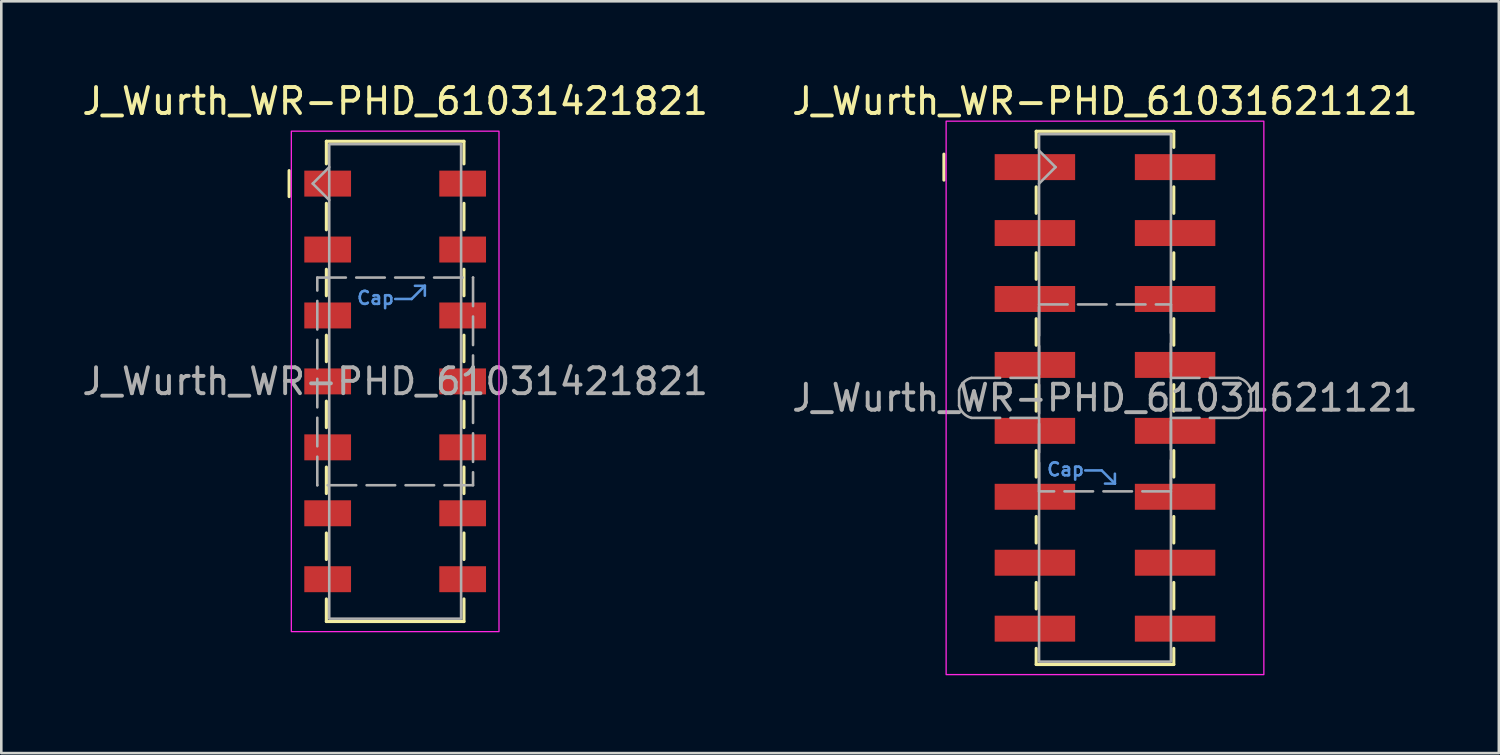
<source format=kicad_pcb>
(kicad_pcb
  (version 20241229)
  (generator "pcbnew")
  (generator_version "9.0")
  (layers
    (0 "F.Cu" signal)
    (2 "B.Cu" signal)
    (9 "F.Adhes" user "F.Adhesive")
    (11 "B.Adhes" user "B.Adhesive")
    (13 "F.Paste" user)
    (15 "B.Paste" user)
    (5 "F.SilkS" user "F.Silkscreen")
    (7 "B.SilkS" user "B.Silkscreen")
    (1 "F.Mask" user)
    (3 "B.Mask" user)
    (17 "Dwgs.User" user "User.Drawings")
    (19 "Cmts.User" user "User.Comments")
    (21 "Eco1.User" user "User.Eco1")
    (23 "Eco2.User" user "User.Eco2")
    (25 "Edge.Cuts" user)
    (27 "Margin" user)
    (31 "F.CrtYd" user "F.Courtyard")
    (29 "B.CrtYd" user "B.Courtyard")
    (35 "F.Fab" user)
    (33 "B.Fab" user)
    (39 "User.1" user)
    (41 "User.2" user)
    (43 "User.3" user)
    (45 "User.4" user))
  (footprint "J_Wurth_WR-PHD_61031621121"
    (layer "F.Cu")
    (at 39.518 12.278)
    (property "Reference" "J_Wurth_WR-PHD_61031621121" (at 0 -11.43 0) (unlocked yes) (layer "F.SilkS") (effects (font (size 1 1) (thickness 0.15))))
    (attr smd)
    (fp_line (start -6.205 -9.39) (end -6.205 -8.39) (stroke (width 0.12) (type solid)) (layer "F.SilkS"))
    (fp_line (start -2.65 -9.65) (end -2.65 -10.27) (stroke (width 0.12) (type solid)) (layer "F.SilkS"))
    (fp_line (start -2.65 -8.13) (end -2.65 -7.11) (stroke (width 0.12) (type solid)) (layer "F.SilkS"))
    (fp_line (start -2.65 -5.59) (end -2.65 -4.57) (stroke (width 0.12) (type solid)) (layer "F.SilkS"))
    (fp_line (start -2.65 -3.05) (end -2.65 -2.03) (stroke (width 0.12) (type solid)) (layer "F.SilkS"))
    (fp_line (start -2.65 -0.51) (end -2.65 0.51) (stroke (width 0.12) (type solid)) (layer "F.SilkS"))
    (fp_line (start -2.65 2.03) (end -2.65 3.05) (stroke (width 0.12) (type solid)) (layer "F.SilkS"))
    (fp_line (start -2.65 4.57) (end -2.65 5.59) (stroke (width 0.12) (type solid)) (layer "F.SilkS"))
    (fp_line (start -2.65 7.11) (end -2.65 8.13) (stroke (width 0.12) (type solid)) (layer "F.SilkS"))
    (fp_line (start -2.65 9.65) (end -2.65 10.27) (stroke (width 0.12) (type solid)) (layer "F.SilkS"))
    (fp_line (start 2.65 -10.27) (end -2.65 -10.27) (stroke (width 0.12) (type solid)) (layer "F.SilkS"))
    (fp_line (start 2.65 -10.27) (end 2.65 -9.65) (stroke (width 0.12) (type solid)) (layer "F.SilkS"))
    (fp_line (start 2.65 -8.13) (end 2.65 -7.11) (stroke (width 0.12) (type solid)) (layer "F.SilkS"))
    (fp_line (start 2.65 -5.59) (end 2.65 -4.57) (stroke (width 0.12) (type solid)) (layer "F.SilkS"))
    (fp_line (start 2.65 -3.05) (end 2.65 -2.03) (stroke (width 0.12) (type solid)) (layer "F.SilkS"))
    (fp_line (start 2.65 -0.51) (end 2.65 0.51) (stroke (width 0.12) (type solid)) (layer "F.SilkS"))
    (fp_line (start 2.65 2.03) (end 2.65 3.05) (stroke (width 0.12) (type solid)) (layer "F.SilkS"))
    (fp_line (start 2.65 4.57) (end 2.65 5.59) (stroke (width 0.12) (type solid)) (layer "F.SilkS"))
    (fp_line (start 2.65 7.11) (end 2.65 8.13) (stroke (width 0.12) (type solid)) (layer "F.SilkS"))
    (fp_line (start 2.65 9.65) (end 2.65 10.27) (stroke (width 0.12) (type solid)) (layer "F.SilkS"))
    (fp_line (start 2.65 10.27) (end -2.65 10.27) (stroke (width 0.12) (type solid)) (layer "F.SilkS"))
    (fp_line (start -0.762 2.794) (end -0.127 2.794) (stroke (width 0.1) (type default)) (layer "Cmts.User"))
    (fp_line (start -0.127 2.794) (end 0.381 3.302) (stroke (width 0.1) (type default)) (layer "Cmts.User"))
    (fp_line (start 0.381 3.302) (end 0 3.302) (stroke (width 0.1) (type default)) (layer "Cmts.User"))
    (fp_line (start 0.381 3.302) (end 0.381 2.921) (stroke (width 0.1) (type default)) (layer "Cmts.User"))
    (fp_rect (start -6.12 -10.66) (end 6.12 10.66) (stroke (width 0.05) (type solid)) (fill no) (layer "F.CrtYd"))
    (fp_line (start -5.62 0.3) (end -5.62 -0.3) (stroke (width 0.1) (type solid)) (layer "F.Fab"))
    (fp_line (start -2.54 -9.525) (end -1.905 -8.89) (stroke (width 0.1) (type default)) (layer "F.Fab"))
    (fp_line (start -2.54 -0.77) (end -5.15 -0.77) (stroke (width 0.1) (type dash)) (layer "F.Fab"))
    (fp_line (start -2.54 0.77) (end -5.15 0.77) (stroke (width 0.1) (type dash)) (layer "F.Fab"))
    (fp_line (start -1.905 -8.89) (end -2.54 -8.255) (stroke (width 0.1) (type default)) (layer "F.Fab"))
    (fp_line (start 2.54 -0.77) (end 5.15 -0.77) (stroke (width 0.1) (type dash)) (layer "F.Fab"))
    (fp_line (start 2.54 0.77) (end 5.15 0.77) (stroke (width 0.1) (type dash)) (layer "F.Fab"))
    (fp_line (start 5.62 -0.3) (end 5.62 0.3) (stroke (width 0.1) (type solid)) (layer "F.Fab"))
    (fp_rect (start -2.54 -10.16) (end 2.54 10.16) (stroke (width 0.1) (type solid)) (fill no) (layer "F.Fab"))
    (fp_rect (start -2.54 -3.6) (end 2.54 3.6) (stroke (width 0.1) (type dash)) (fill no) (layer "F.Fab"))
    (fp_arc (start -5.62 -0.3) (mid -5.447968 -0.597968) (end -5.15 -0.770001) (stroke (width 0.1) (type default)) (layer "F.Fab"))
    (fp_arc (start -5.15 0.77) (mid -5.447968 0.597968) (end -5.620001 0.3) (stroke (width 0.1) (type default)) (layer "F.Fab"))
    (fp_arc (start 5.15 -0.77) (mid 5.447968 -0.597968) (end 5.620001 -0.3) (stroke (width 0.1) (type default)) (layer "F.Fab"))
    (fp_arc (start 5.62 0.3) (mid 5.447968 0.597968) (end 5.15 0.770001) (stroke (width 0.1) (type default)) (layer "F.Fab"))
    (fp_text user "Cap" (at -2.286 3.048 0) (unlocked yes) (layer "Cmts.User") (effects (font (size 0.5 0.5) (thickness 0.1) (bold yes)) (justify left bottom)))
    (fp_text user "${REFERENCE}" (at 0 0 0) (unlocked yes) (layer "F.Fab") (effects (font (size 1 1) (thickness 0.15))))
    (pad "1" smd rect (at -2.7 -8.89 270) (size 1 3.1) (layers "F.Cu" "F.Mask" "F.Paste"))
    (pad "2" smd rect (at 2.7 -8.89 270) (size 1 3.1) (layers "F.Cu" "F.Mask" "F.Paste"))
    (pad "3" smd rect (at -2.7 -6.35 270) (size 1 3.1) (layers "F.Cu" "F.Mask" "F.Paste"))
    (pad "4" smd rect (at 2.7 -6.35 270) (size 1 3.1) (layers "F.Cu" "F.Mask" "F.Paste"))
    (pad "5" smd rect (at -2.7 -3.81 270) (size 1 3.1) (layers "F.Cu" "F.Mask" "F.Paste"))
    (pad "6" smd rect (at 2.7 -3.81 270) (size 1 3.1) (layers "F.Cu" "F.Mask" "F.Paste"))
    (pad "7" smd rect (at -2.7 -1.27 270) (size 1 3.1) (layers "F.Cu" "F.Mask" "F.Paste"))
    (pad "8" smd rect (at 2.7 -1.27 270) (size 1 3.1) (layers "F.Cu" "F.Mask" "F.Paste"))
    (pad "9" smd rect (at -2.7 1.27 270) (size 1 3.1) (layers "F.Cu" "F.Mask" "F.Paste"))
    (pad "10" smd rect (at 2.7 1.27 270) (size 1 3.1) (layers "F.Cu" "F.Mask" "F.Paste"))
    (pad "11" smd rect (at -2.7 3.81 270) (size 1 3.1) (layers "F.Cu" "F.Mask" "F.Paste"))
    (pad "12" smd rect (at 2.7 3.81 270) (size 1 3.1) (layers "F.Cu" "F.Mask" "F.Paste"))
    (pad "13" smd rect (at -2.7 6.35 270) (size 1 3.1) (layers "F.Cu" "F.Mask" "F.Paste"))
    (pad "14" smd rect (at 2.7 6.35 270) (size 1 3.1) (layers "F.Cu" "F.Mask" "F.Paste"))
    (pad "15" smd rect (at -2.7 8.89 270) (size 1 3.1) (layers "F.Cu" "F.Mask" "F.Paste"))
    (pad "16" smd rect (at 2.7 8.89 270) (size 1 3.1) (layers "F.Cu" "F.Mask" "F.Paste")))
  (footprint "J_Wurth_WR-PHD_61031421821"
    (layer "F.Cu")
    (at 12.173 11.643)
    (property "Reference" "J_Wurth_WR-PHD_61031421821" (at 0 -10.795 0) (unlocked yes) (layer "F.SilkS") (effects (font (size 1 1) (thickness 0.15))))
    (attr smd)
    (fp_line (start -4.085 -8.12) (end -4.085 -7.12) (stroke (width 0.12) (type solid)) (layer "F.SilkS"))
    (fp_line (start -2.65 -9.25) (end -2.65 -8.38) (stroke (width 0.12) (type solid)) (layer "F.SilkS"))
    (fp_line (start -2.65 -9.25) (end 2.65 -9.25) (stroke (width 0.12) (type solid)) (layer "F.SilkS"))
    (fp_line (start -2.65 -6.86) (end -2.65 -5.84) (stroke (width 0.12) (type solid)) (layer "F.SilkS"))
    (fp_line (start -2.65 -4.32) (end -2.65 -3.3) (stroke (width 0.12) (type solid)) (layer "F.SilkS"))
    (fp_line (start -2.65 -1.78) (end -2.65 -0.76) (stroke (width 0.12) (type solid)) (layer "F.SilkS"))
    (fp_line (start -2.65 0.76) (end -2.65 1.78) (stroke (width 0.12) (type solid)) (layer "F.SilkS"))
    (fp_line (start -2.65 3.3) (end -2.65 4.32) (stroke (width 0.12) (type solid)) (layer "F.SilkS"))
    (fp_line (start -2.65 5.84) (end -2.65 6.86) (stroke (width 0.12) (type solid)) (layer "F.SilkS"))
    (fp_line (start -2.65 8.38) (end -2.65 9.25) (stroke (width 0.12) (type solid)) (layer "F.SilkS"))
    (fp_line (start -2.65 9.25) (end 2.65 9.25) (stroke (width 0.12) (type solid)) (layer "F.SilkS"))
    (fp_line (start 2.65 -9.25) (end 2.65 -8.38) (stroke (width 0.12) (type solid)) (layer "F.SilkS"))
    (fp_line (start 2.65 -6.86) (end 2.65 -5.84) (stroke (width 0.12) (type solid)) (layer "F.SilkS"))
    (fp_line (start 2.65 -4.32) (end 2.65 -3.3) (stroke (width 0.12) (type solid)) (layer "F.SilkS"))
    (fp_line (start 2.65 -1.78) (end 2.65 -0.76) (stroke (width 0.12) (type solid)) (layer "F.SilkS"))
    (fp_line (start 2.65 0.76) (end 2.65 1.78) (stroke (width 0.12) (type solid)) (layer "F.SilkS"))
    (fp_line (start 2.65 3.3) (end 2.65 4.32) (stroke (width 0.12) (type solid)) (layer "F.SilkS"))
    (fp_line (start 2.65 5.84) (end 2.65 6.86) (stroke (width 0.12) (type solid)) (layer "F.SilkS"))
    (fp_line (start 2.65 8.38) (end 2.65 9.25) (stroke (width 0.12) (type solid)) (layer "F.SilkS"))
    (fp_line (start 0 -3.175) (end 0.635 -3.175) (stroke (width 0.1) (type default)) (layer "Cmts.User"))
    (fp_line (start 0.635 -3.175) (end 1.143 -3.683) (stroke (width 0.1) (type default)) (layer "Cmts.User"))
    (fp_line (start 1.143 -3.683) (end 0.762 -3.683) (stroke (width 0.1) (type default)) (layer "Cmts.User"))
    (fp_line (start 1.143 -3.683) (end 1.143 -3.302) (stroke (width 0.1) (type default)) (layer "Cmts.User"))
    (fp_rect (start -4 -9.64) (end 4 9.64) (stroke (width 0.05) (type solid)) (fill no) (layer "F.CrtYd"))
    (fp_line (start -3.175 -7.62) (end -2.54 -6.985) (stroke (width 0.1) (type default)) (layer "F.Fab"))
    (fp_line (start -2.54 -8.255) (end -3.175 -7.62) (stroke (width 0.1) (type default)) (layer "F.Fab"))
    (fp_rect (start -3 -4) (end 3 4) (stroke (width 0.1) (type dash)) (fill no) (layer "F.Fab"))
    (fp_rect (start -2.54 -9.14) (end 2.54 9.14) (stroke (width 0.1) (type solid)) (fill no) (layer "F.Fab"))
    (fp_text user "Cap" (at -1.524 -2.921 0) (unlocked yes) (layer "Cmts.User") (effects (font (size 0.5 0.5) (thickness 0.1) (bold yes)) (justify left bottom)))
    (fp_text user "${REFERENCE}" (at 0 0 0) (unlocked yes) (layer "F.Fab") (effects (font (size 1 1) (thickness 0.15))))
    (pad "1" smd rect (at -2.6 -7.62 270) (size 1 1.8) (layers "F.Cu" "F.Mask" "F.Paste"))
    (pad "2" smd rect (at 2.6 -7.62 270) (size 1 1.8) (layers "F.Cu" "F.Mask" "F.Paste"))
    (pad "3" smd rect (at -2.6 -5.08 270) (size 1 1.8) (layers "F.Cu" "F.Mask" "F.Paste"))
    (pad "4" smd rect (at 2.6 -5.08 270) (size 1 1.8) (layers "F.Cu" "F.Mask" "F.Paste"))
    (pad "5" smd rect (at -2.6 -2.54 270) (size 1 1.8) (layers "F.Cu" "F.Mask" "F.Paste"))
    (pad "6" smd rect (at 2.6 -2.54 270) (size 1 1.8) (layers "F.Cu" "F.Mask" "F.Paste"))
    (pad "7" smd rect (at -2.6 0 270) (size 1 1.8) (layers "F.Cu" "F.Mask" "F.Paste"))
    (pad "8" smd rect (at 2.6 0 270) (size 1 1.8) (layers "F.Cu" "F.Mask" "F.Paste"))
    (pad "9" smd rect (at -2.6 2.54 270) (size 1 1.8) (layers "F.Cu" "F.Mask" "F.Paste"))
    (pad "10" smd rect (at 2.6 2.54 270) (size 1 1.8) (layers "F.Cu" "F.Mask" "F.Paste"))
    (pad "11" smd rect (at -2.6 5.08 270) (size 1 1.8) (layers "F.Cu" "F.Mask" "F.Paste"))
    (pad "12" smd rect (at 2.6 5.08 270) (size 1 1.8) (layers "F.Cu" "F.Mask" "F.Paste"))
    (pad "13" smd rect (at -2.6 7.62 270) (size 1 1.8) (layers "F.Cu" "F.Mask" "F.Paste"))
    (pad "14" smd rect (at 2.6 7.62 270) (size 1 1.8) (layers "F.Cu" "F.Mask" "F.Paste")))
  (gr_rect
    (start -3 -3)
    (end 54.69 25.963)
    (stroke (width 0.1) (type default))
    (fill no)
    (layer "Edge.Cuts")))
</source>
